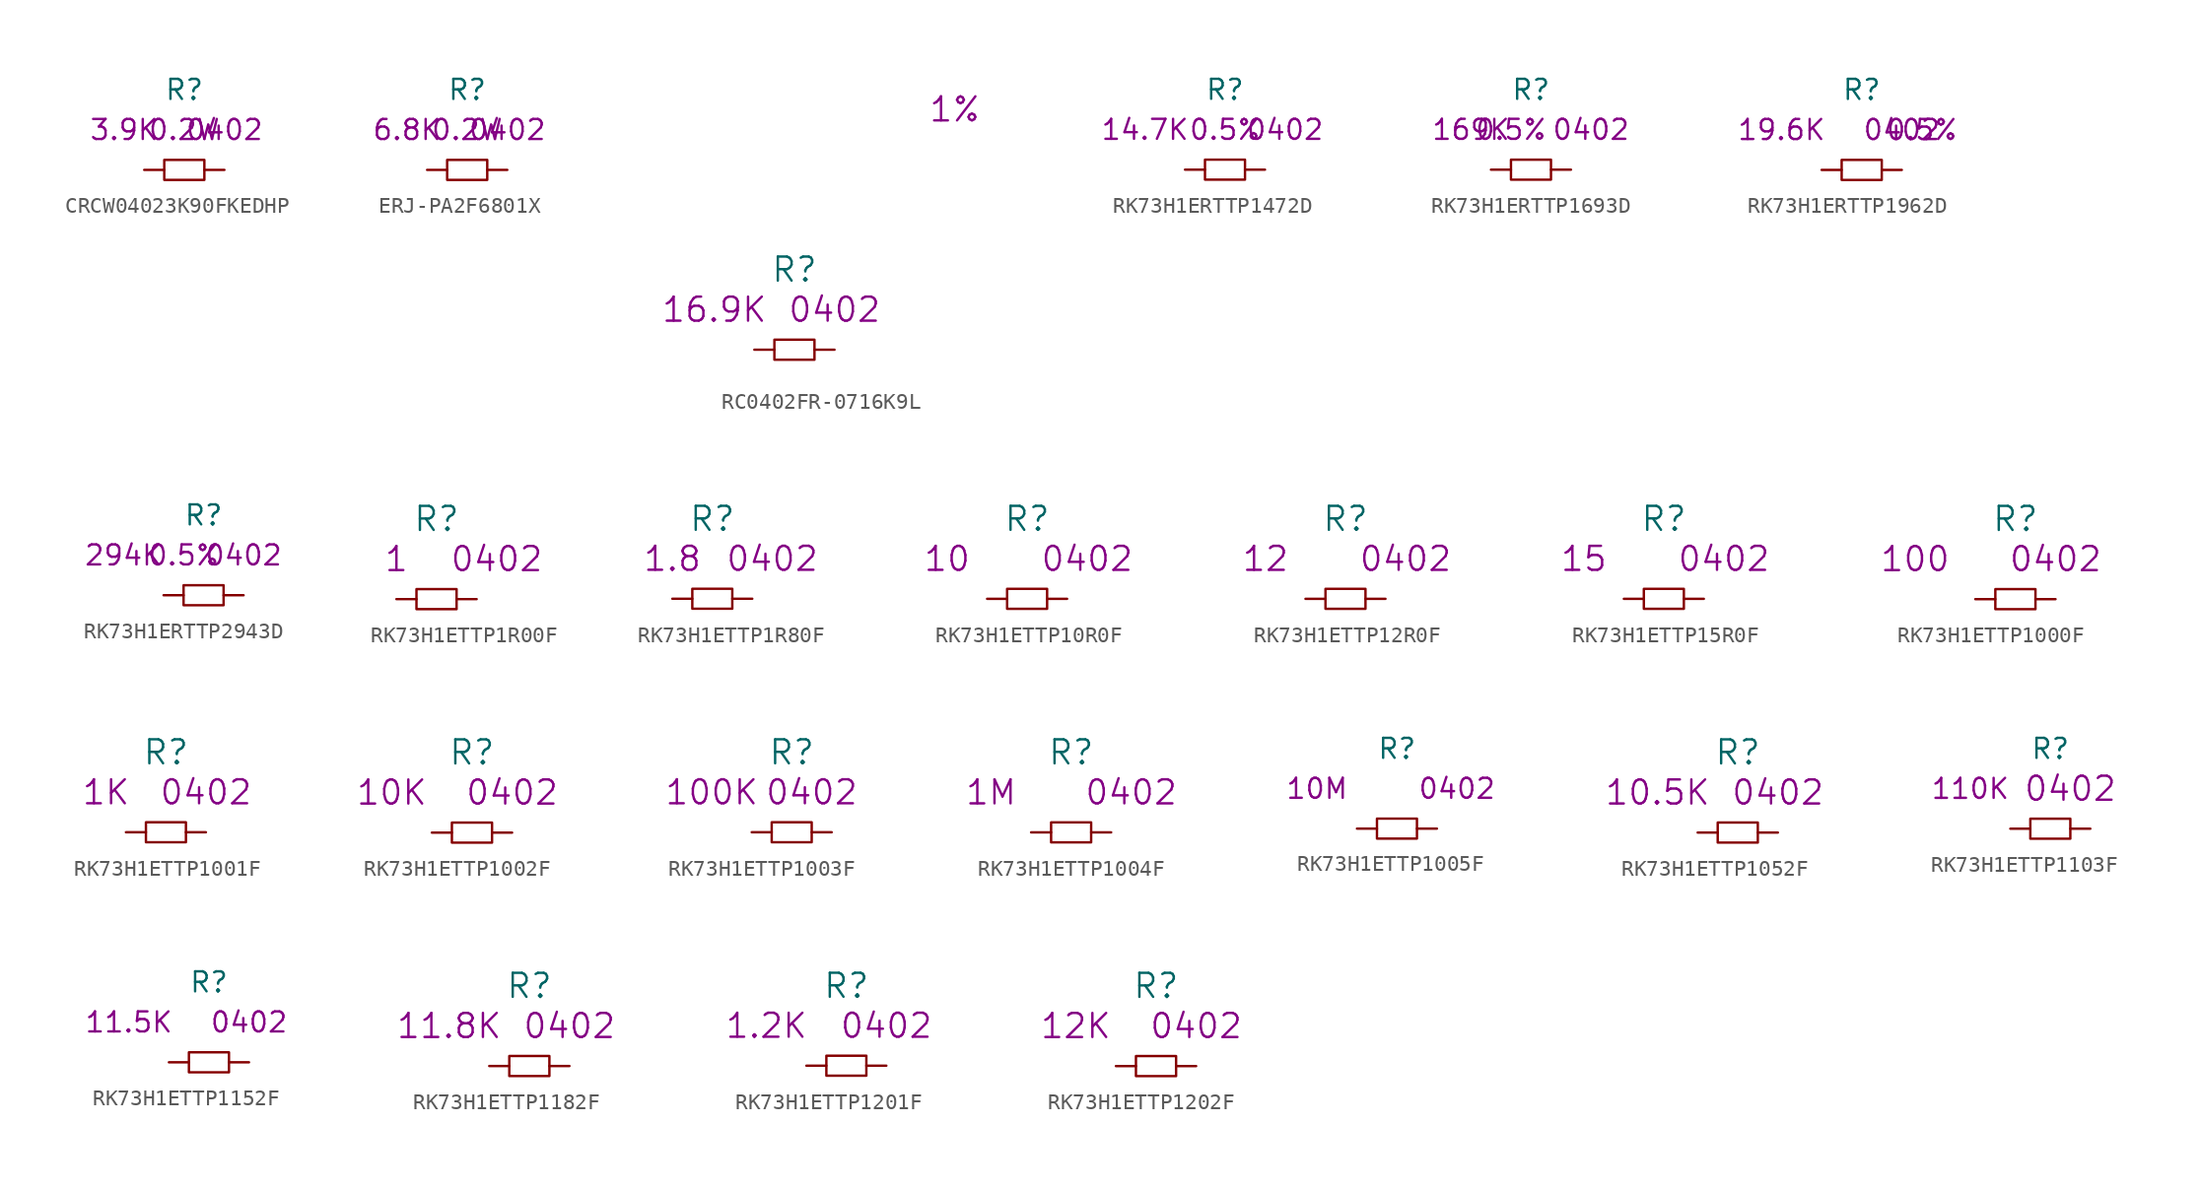
<source format=kicad_sym>
(kicad_symbol_lib
  (version 20220914)
  (generator kicad_symbol_editor)
  (symbol "CRCW04023K90FKEDHP"
    (pin_numbers hide)
    (pin_names
      (offset 1.016) hide)
    (property "Reference" "R"
      (at 0 5.08 0)
      (effects (font (size 1.27 1.27))))
    (property "Rating" "0.2W"
      (at 0 2.54 0)
      (effects (font (size 1.27 1.27))))
    (property "Size" "0402"
      (at 2.54 2.54 0)
      (effects (font (size 1.27 1.27))))
    (property "Value2" "3.9K"
      (at -3.81 2.54 0)
      (effects (font (size 1.27 1.27))))
    (symbol "CRCW04023K90FKEDHP_0_1"
      (rectangle (start -1.27 0.635) (end 1.27 -0.635) (stroke (width 0) (type solid)) (fill (type none))))
    (symbol "CRCW04023K90FKEDHP_1_1"
      (pin passive line (at -2.54 0 0) (length 1.27) (name "1" (effects (font (size 1.27 1.27)))) (number "1" (effects (font (size 1.27 1.27)))))
      (pin passive line (at 2.54 0 180) (length 1.27) (name "2" (effects (font (size 1.27 1.27)))) (number "2" (effects (font (size 1.27 1.27)))))))
  (symbol "ERJ-PA2F6801X"
    (pin_numbers hide)
    (pin_names
      (offset 1.016) hide)
    (property "Reference" "R"
      (at 0 5.08 0)
      (effects (font (size 1.27 1.27))))
    (property "Rating" "0.2W"
      (at 0 2.54 0)
      (effects (font (size 1.27 1.27))))
    (property "Size" "0402"
      (at 2.54 2.54 0)
      (effects (font (size 1.27 1.27))))
    (property "Value2" "6.8K"
      (at -3.81 2.54 0)
      (effects (font (size 1.27 1.27))))
    (symbol "ERJ-PA2F6801X_0_1"
      (rectangle (start -1.27 0.635) (end 1.27 -0.635) (stroke (width 0) (type solid)) (fill (type none))))
    (symbol "ERJ-PA2F6801X_1_1"
      (pin passive line (at -2.54 0 0) (length 1.27) (name "1" (effects (font (size 1.27 1.27)))) (number "1" (effects (font (size 1.27 1.27)))))
      (pin passive line (at 2.54 0 180) (length 1.27) (name "2" (effects (font (size 1.27 1.27)))) (number "2" (effects (font (size 1.27 1.27)))))))
  (symbol "RC0402FR-0716K9L"
    (pin_numbers hide)
    (pin_names
      (offset 1.016) hide)
    (property "Reference" "R"
      (at 0 5.08 0)
      (effects (font (size 1.524 1.524))))
    (property "Value2" "16.9K"
      (at -5.08 2.54 0)
      (effects (font (size 1.524 1.524))))
    (property "Size" "0402"
      (at 2.54 2.54 0)
      (effects (font (size 1.524 1.524))))
    (property "Tolerance" "1%"
      (at 10.16 15.24 0)
      (effects (font (size 1.524 1.524))))
    (symbol "RC0402FR-0716K9L_0_1"
      (rectangle (start -1.27 0.635) (end 1.27 -0.635) (stroke (width 0) (type solid)) (fill (type none))))
    (symbol "RC0402FR-0716K9L_1_1"
      (pin passive line (at -2.54 0 0) (length 1.27) (name "1" (effects (font (size 1.27 1.27)))) (number "1" (effects (font (size 1.27 1.27)))))
      (pin passive line (at 2.54 0 180) (length 1.27) (name "2" (effects (font (size 1.27 1.27)))) (number "2" (effects (font (size 1.27 1.27)))))))
  (symbol "RK73H1ERTTP1472D"
    (pin_numbers hide)
    (pin_names
      (offset 1.016) hide)
    (property "Reference" "R"
      (at 0 5.08 0)
      (effects (font (size 1.27 1.27))))
    (property "Value2" "14.7K"
      (at -5.08 2.54 0)
      (effects (font (size 1.27 1.27))))
    (property "Tolerance" "0.5%"
      (at 0 2.54 0)
      (effects (font (size 1.27 1.27))))
    (property "Size" "0402"
      (at 3.81 2.54 0)
      (effects (font (size 1.27 1.27))))
    (symbol "RK73H1ERTTP1472D_0_1"
      (rectangle (start -1.27 0.635) (end 1.27 -0.635) (stroke (width 0) (type solid)) (fill (type none))))
    (symbol "RK73H1ERTTP1472D_1_1"
      (pin passive line (at -2.54 0 0) (length 1.27) (name "1" (effects (font (size 1.27 1.27)))) (number "1" (effects (font (size 1.27 1.27)))))
      (pin passive line (at 2.54 0 180) (length 1.27) (name "2" (effects (font (size 1.27 1.27)))) (number "2" (effects (font (size 1.27 1.27)))))))
  (symbol "RK73H1ERTTP1693D"
    (pin_numbers hide)
    (pin_names
      (offset 1.016) hide)
    (property "Reference" "R"
      (at 0 5.08 0)
      (effects (font (size 1.27 1.27))))
    (property "Datasheet" ""
      (at 0 0 0)
      (effects (font (size 1.524 1.524))))
    (property "Value2" "169K"
      (at -3.81 2.54 0)
      (effects (font (size 1.27 1.27))))
    (property "Size" "0402"
      (at 3.81 2.54 0)
      (effects (font (size 1.27 1.27))))
    (property "Tolerance" "0.5%"
      (at -1.27 2.54 0)
      (effects (font (size 1.27 1.27))))
    (symbol "RK73H1ERTTP1693D_0_1"
      (rectangle (start -1.27 0.635) (end 1.27 -0.635) (stroke (width 0) (type solid)) (fill (type none))))
    (symbol "RK73H1ERTTP1693D_1_1"
      (pin passive line (at -2.54 0 0) (length 1.27) (name "1" (effects (font (size 1.27 1.27)))) (number "1" (effects (font (size 1.27 1.27)))))
      (pin passive line (at 2.54 0 180) (length 1.27) (name "2" (effects (font (size 1.27 1.27)))) (number "2" (effects (font (size 1.27 1.27)))))))
  (symbol "RK73H1ERTTP1962D"
    (pin_numbers hide)
    (pin_names
      (offset 1.016) hide)
    (property "Reference" "R"
      (at 0 5.08 0)
      (effects (font (size 1.27 1.27))))
    (property "Value2" "19.6K"
      (at -5.08 2.54 0)
      (effects (font (size 1.27 1.27))))
    (property "Tolerance" "0.5%"
      (at 3.81 2.54 0)
      (effects (font (size 1.27 1.27))))
    (property "Size" "0402"
      (at 2.54 2.54 0)
      (effects (font (size 1.27 1.27))))
    (symbol "RK73H1ERTTP1962D_0_1"
      (rectangle (start -1.27 0.635) (end 1.27 -0.635) (stroke (width 0) (type solid)) (fill (type none))))
    (symbol "RK73H1ERTTP1962D_1_1"
      (pin passive line (at -2.54 0 0) (length 1.27) (name "1" (effects (font (size 1.27 1.27)))) (number "1" (effects (font (size 1.27 1.27)))))
      (pin passive line (at 2.54 0 180) (length 1.27) (name "2" (effects (font (size 1.27 1.27)))) (number "2" (effects (font (size 1.27 1.27)))))))
  (symbol "RK73H1ERTTP2943D"
    (pin_numbers hide)
    (pin_names
      (offset 1.016) hide)
    (property "Reference" "R"
      (at 0 5.08 0)
      (effects (font (size 1.27 1.27))))
    (property "Value2" "294K"
      (at -5.08 2.54 0)
      (effects (font (size 1.27 1.27))))
    (property "Tolerance" "0.5%"
      (at -1.27 2.54 0)
      (effects (font (size 1.27 1.27))))
    (property "Size" "0402"
      (at 2.54 2.54 0)
      (effects (font (size 1.27 1.27))))
    (symbol "RK73H1ERTTP2943D_0_1"
      (rectangle (start -1.27 0.635) (end 1.27 -0.635) (stroke (width 0) (type solid)) (fill (type none))))
    (symbol "RK73H1ERTTP2943D_1_1"
      (pin passive line (at -2.54 0 0) (length 1.27) (name "1" (effects (font (size 1.27 1.27)))) (number "1" (effects (font (size 1.27 1.27)))))
      (pin passive line (at 2.54 0 180) (length 1.27) (name "2" (effects (font (size 1.27 1.27)))) (number "2" (effects (font (size 1.27 1.27)))))))
  (symbol "RK73H1ETTP1R00F"
    (pin_numbers hide)
    (pin_names
      (offset 1.016) hide)
    (property "Reference" "R"
      (at 0 5.08 0)
      (effects (font (size 1.524 1.524))))
    (property "Datasheet" ""
      (at 0 5.08 0)
      (effects (font (size 1.524 1.524))))
    (property "Size" "0402"
      (at 3.81 2.54 0)
      (effects (font (size 1.524 1.524))))
    (property "Value2" "1"
      (at -2.54 2.54 0)
      (effects (font (size 1.524 1.524))))
    (symbol "RK73H1ETTP1R00F_0_1"
      (rectangle (start -1.27 0.635) (end 1.27 -0.635) (stroke (width 0) (type solid)) (fill (type none))))
    (symbol "RK73H1ETTP1R00F_1_1"
      (pin passive line (at -2.54 0 0) (length 1.27) (name "1" (effects (font (size 1.27 1.27)))) (number "1" (effects (font (size 1.27 1.27)))))
      (pin passive line (at 2.54 0 180) (length 1.27) (name "2" (effects (font (size 1.27 1.27)))) (number "2" (effects (font (size 1.27 1.27)))))))
  (symbol "RK73H1ETTP1R80F"
    (pin_numbers hide)
    (pin_names
      (offset 1.016) hide)
    (property "Reference" "R"
      (at 0 5.08 0)
      (effects (font (size 1.524 1.524))))
    (property "Datasheet" ""
      (at 0 5.08 0)
      (effects (font (size 1.524 1.524))))
    (property "Size" "0402"
      (at 3.81 2.54 0)
      (effects (font (size 1.524 1.524))))
    (property "Value2" "1.8"
      (at -2.54 2.54 0)
      (effects (font (size 1.524 1.524))))
    (symbol "RK73H1ETTP1R80F_0_1"
      (rectangle (start -1.27 0.635) (end 1.27 -0.635) (stroke (width 0) (type solid)) (fill (type none))))
    (symbol "RK73H1ETTP1R80F_1_1"
      (pin passive line (at -2.54 0 0) (length 1.27) (name "1" (effects (font (size 1.27 1.27)))) (number "1" (effects (font (size 1.27 1.27)))))
      (pin passive line (at 2.54 0 180) (length 1.27) (name "2" (effects (font (size 1.27 1.27)))) (number "2" (effects (font (size 1.27 1.27)))))))
  (symbol "RK73H1ETTP10R0F"
    (pin_numbers hide)
    (pin_names
      (offset 1.016) hide)
    (property "Reference" "R"
      (at 0 5.08 0)
      (effects (font (size 1.524 1.524))))
    (property "Datasheet" ""
      (at 0 5.08 0)
      (effects (font (size 1.524 1.524))))
    (property "Value2" "10"
      (at -5.08 2.54 0)
      (effects (font (size 1.524 1.524))))
    (property "Size" "0402"
      (at 3.81 2.54 0)
      (effects (font (size 1.524 1.524))))
    (symbol "RK73H1ETTP10R0F_0_1"
      (rectangle (start -1.27 0.635) (end 1.27 -0.635) (stroke (width 0) (type solid)) (fill (type none))))
    (symbol "RK73H1ETTP10R0F_1_1"
      (pin passive line (at -2.54 0 0) (length 1.27) (name "1" (effects (font (size 1.27 1.27)))) (number "1" (effects (font (size 1.27 1.27)))))
      (pin passive line (at 2.54 0 180) (length 1.27) (name "2" (effects (font (size 1.27 1.27)))) (number "2" (effects (font (size 1.27 1.27)))))))
  (symbol "RK73H1ETTP12R0F"
    (pin_numbers hide)
    (pin_names
      (offset 1.016) hide)
    (property "Reference" "R"
      (at 0 5.08 0)
      (effects (font (size 1.524 1.524))))
    (property "Datasheet" ""
      (at 0 5.08 0)
      (effects (font (size 1.524 1.524))))
    (property "Value2" "12"
      (at -5.08 2.54 0)
      (effects (font (size 1.524 1.524))))
    (property "Size" "0402"
      (at 3.81 2.54 0)
      (effects (font (size 1.524 1.524))))
    (symbol "RK73H1ETTP12R0F_0_1"
      (rectangle (start -1.27 0.635) (end 1.27 -0.635) (stroke (width 0) (type solid)) (fill (type none))))
    (symbol "RK73H1ETTP12R0F_1_1"
      (pin passive line (at -2.54 0 0) (length 1.27) (name "1" (effects (font (size 1.27 1.27)))) (number "1" (effects (font (size 1.27 1.27)))))
      (pin passive line (at 2.54 0 180) (length 1.27) (name "2" (effects (font (size 1.27 1.27)))) (number "2" (effects (font (size 1.27 1.27)))))))
  (symbol "RK73H1ETTP15R0F"
    (pin_numbers hide)
    (pin_names
      (offset 1.016) hide)
    (property "Reference" "R"
      (at 0 5.08 0)
      (effects (font (size 1.524 1.524))))
    (property "Datasheet" ""
      (at 0 5.08 0)
      (effects (font (size 1.524 1.524))))
    (property "Value2" "15"
      (at -5.08 2.54 0)
      (effects (font (size 1.524 1.524))))
    (property "Size" "0402"
      (at 3.81 2.54 0)
      (effects (font (size 1.524 1.524))))
    (symbol "RK73H1ETTP15R0F_0_1"
      (rectangle (start -1.27 0.635) (end 1.27 -0.635) (stroke (width 0) (type solid)) (fill (type none))))
    (symbol "RK73H1ETTP15R0F_1_1"
      (pin passive line (at -2.54 0 0) (length 1.27) (name "1" (effects (font (size 1.27 1.27)))) (number "1" (effects (font (size 1.27 1.27)))))
      (pin passive line (at 2.54 0 180) (length 1.27) (name "2" (effects (font (size 1.27 1.27)))) (number "2" (effects (font (size 1.27 1.27)))))))
  (symbol "RK73H1ETTP1000F"
    (pin_numbers hide)
    (pin_names
      (offset 1.016) hide)
    (property "Reference" "R"
      (at 0 5.08 0)
      (effects (font (size 1.524 1.524))))
    (property "Datasheet" ""
      (at 0 5.08 0)
      (effects (font (size 1.524 1.524))))
    (property "Value2" "100"
      (at -6.35 2.54 0)
      (effects (font (size 1.524 1.524))))
    (property "Size" "0402"
      (at 2.54 2.54 0)
      (effects (font (size 1.524 1.524))))
    (symbol "RK73H1ETTP1000F_0_1"
      (rectangle (start -1.27 0.635) (end 1.27 -0.635) (stroke (width 0) (type solid)) (fill (type none))))
    (symbol "RK73H1ETTP1000F_1_1"
      (pin passive line (at -2.54 0 0) (length 1.27) (name "1" (effects (font (size 1.27 1.27)))) (number "1" (effects (font (size 1.27 1.27)))))
      (pin passive line (at 2.54 0 180) (length 1.27) (name "2" (effects (font (size 1.27 1.27)))) (number "2" (effects (font (size 1.27 1.27)))))))
  (symbol "RK73H1ETTP1001F"
    (pin_numbers hide)
    (pin_names
      (offset 1.016) hide)
    (property "Reference" "R"
      (at 0 5.08 0)
      (effects (font (size 1.524 1.524))))
    (property "Datasheet" ""
      (at 0 5.08 0)
      (effects (font (size 1.524 1.524))))
    (property "Value2" "1K"
      (at -3.81 2.54 0)
      (effects (font (size 1.524 1.524))))
    (property "Size" "0402"
      (at 2.54 2.54 0)
      (effects (font (size 1.524 1.524))))
    (symbol "RK73H1ETTP1001F_0_1"
      (rectangle (start -1.27 0.635) (end 1.27 -0.635) (stroke (width 0) (type solid)) (fill (type none))))
    (symbol "RK73H1ETTP1001F_1_1"
      (pin passive line (at -2.54 0 0) (length 1.27) (name "1" (effects (font (size 1.27 1.27)))) (number "1" (effects (font (size 1.27 1.27)))))
      (pin passive line (at 2.54 0 180) (length 1.27) (name "2" (effects (font (size 1.27 1.27)))) (number "2" (effects (font (size 1.27 1.27)))))))
  (symbol "RK73H1ETTP1002F"
    (pin_numbers hide)
    (pin_names
      (offset 1.016) hide)
    (property "Reference" "R"
      (at 0 5.08 0)
      (effects (font (size 1.524 1.524))))
    (property "Datasheet" ""
      (at 0 5.08 0)
      (effects (font (size 1.524 1.524))))
    (property "Value2" "10K"
      (at -5.08 2.54 0)
      (effects (font (size 1.524 1.524))))
    (property "Size" "0402"
      (at 2.54 2.54 0)
      (effects (font (size 1.524 1.524))))
    (symbol "RK73H1ETTP1002F_0_1"
      (rectangle (start -1.27 0.635) (end 1.27 -0.635) (stroke (width 0) (type solid)) (fill (type none))))
    (symbol "RK73H1ETTP1002F_1_1"
      (pin passive line (at -2.54 0 0) (length 1.27) (name "1" (effects (font (size 1.27 1.27)))) (number "1" (effects (font (size 1.27 1.27)))))
      (pin passive line (at 2.54 0 180) (length 1.27) (name "2" (effects (font (size 1.27 1.27)))) (number "2" (effects (font (size 1.27 1.27)))))))
  (symbol "RK73H1ETTP1003F"
    (pin_numbers hide)
    (pin_names
      (offset 1.016) hide)
    (property "Reference" "R"
      (at 0 5.08 0)
      (effects (font (size 1.524 1.524))))
    (property "Datasheet" ""
      (at 0 0 0)
      (effects (font (size 1.524 1.524))))
    (property "Value2" "100K"
      (at -5.08 2.54 0)
      (effects (font (size 1.524 1.524))))
    (property "Size" "0402"
      (at 1.27 2.54 0)
      (effects (font (size 1.524 1.524))))
    (symbol "RK73H1ETTP1003F_0_1"
      (rectangle (start -1.27 0.635) (end 1.27 -0.635) (stroke (width 0) (type solid)) (fill (type none))))
    (symbol "RK73H1ETTP1003F_1_1"
      (pin passive line (at -2.54 0 0) (length 1.27) (name "1" (effects (font (size 1.27 1.27)))) (number "1" (effects (font (size 1.27 1.27)))))
      (pin passive line (at 2.54 0 180) (length 1.27) (name "2" (effects (font (size 1.27 1.27)))) (number "2" (effects (font (size 1.27 1.27)))))))
  (symbol "RK73H1ETTP1004F"
    (pin_numbers hide)
    (pin_names
      (offset 1.016) hide)
    (property "Reference" "R"
      (at 0 5.08 0)
      (effects (font (size 1.524 1.524))))
    (property "Datasheet" ""
      (at 0 5.08 0)
      (effects (font (size 1.524 1.524))))
    (property "Value2" "1M"
      (at -5.08 2.54 0)
      (effects (font (size 1.524 1.524))))
    (property "Size" "0402"
      (at 3.81 2.54 0)
      (effects (font (size 1.524 1.524))))
    (symbol "RK73H1ETTP1004F_0_1"
      (rectangle (start -1.27 0.635) (end 1.27 -0.635) (stroke (width 0) (type solid)) (fill (type none))))
    (symbol "RK73H1ETTP1004F_1_1"
      (pin passive line (at -2.54 0 0) (length 1.27) (name "1" (effects (font (size 1.27 1.27)))) (number "1" (effects (font (size 1.27 1.27)))))
      (pin passive line (at 2.54 0 180) (length 1.27) (name "2" (effects (font (size 1.27 1.27)))) (number "2" (effects (font (size 1.27 1.27)))))))
  (symbol "RK73H1ETTP1005F"
    (pin_numbers hide)
    (pin_names
      (offset 1.016) hide)
    (property "Reference" "R"
      (at 0 5.08 0)
      (effects (font (size 1.27 1.27))))
    (property "Datasheet" ""
      (at 0 5.08 0)
      (effects (font (size 1.524 1.524))))
    (property "Value2" "10M"
      (at -5.08 2.54 0)
      (effects (font (size 1.27 1.27))))
    (property "Size" "0402"
      (at 3.81 2.54 0)
      (effects (font (size 1.27 1.27))))
    (symbol "RK73H1ETTP1005F_0_1"
      (rectangle (start -1.27 0.635) (end 1.27 -0.635) (stroke (width 0) (type solid)) (fill (type none))))
    (symbol "RK73H1ETTP1005F_1_1"
      (pin passive line (at -2.54 0 0) (length 1.27) (name "1" (effects (font (size 1.27 1.27)))) (number "1" (effects (font (size 1.27 1.27)))))
      (pin passive line (at 2.54 0 180) (length 1.27) (name "2" (effects (font (size 1.27 1.27)))) (number "2" (effects (font (size 1.27 1.27)))))))
  (symbol "RK73H1ETTP1052F"
    (pin_numbers hide)
    (pin_names
      (offset 1.016) hide)
    (property "Reference" "R"
      (at 0 5.08 0)
      (effects (font (size 1.524 1.524))))
    (property "Datasheet" ""
      (at 0 5.08 0)
      (effects (font (size 1.524 1.524))))
    (property "Value2" "10.5K"
      (at -5.08 2.54 0)
      (effects (font (size 1.524 1.524))))
    (property "Size" "0402"
      (at 2.54 2.54 0)
      (effects (font (size 1.524 1.524))))
    (symbol "RK73H1ETTP1052F_0_1"
      (rectangle (start -1.27 0.635) (end 1.27 -0.635) (stroke (width 0) (type solid)) (fill (type none))))
    (symbol "RK73H1ETTP1052F_1_1"
      (pin passive line (at -2.54 0 0) (length 1.27) (name "1" (effects (font (size 1.27 1.27)))) (number "1" (effects (font (size 1.27 1.27)))))
      (pin passive line (at 2.54 0 180) (length 1.27) (name "2" (effects (font (size 1.27 1.27)))) (number "2" (effects (font (size 1.27 1.27)))))))
  (symbol "RK73H1ETTP1103F"
    (pin_numbers hide)
    (pin_names
      (offset 1.016) hide)
    (property "Reference" "R"
      (at 0 5.08 0)
      (effects (font (size 1.27 1.27))))
    (property "Datasheet" ""
      (at 0 0 0)
      (effects (font (size 1.524 1.524))))
    (property "Value2" "110K"
      (at -5.08 2.54 0)
      (effects (font (size 1.27 1.27))))
    (property "Size" "0402"
      (at 1.27 2.54 0)
      (effects (font (size 1.524 1.524))))
    (symbol "RK73H1ETTP1103F_0_1"
      (rectangle (start -1.27 0.635) (end 1.27 -0.635) (stroke (width 0) (type solid)) (fill (type none))))
    (symbol "RK73H1ETTP1103F_1_1"
      (pin passive line (at -2.54 0 0) (length 1.27) (name "1" (effects (font (size 1.27 1.27)))) (number "1" (effects (font (size 1.27 1.27)))))
      (pin passive line (at 2.54 0 180) (length 1.27) (name "2" (effects (font (size 1.27 1.27)))) (number "2" (effects (font (size 1.27 1.27)))))))
  (symbol "RK73H1ETTP1152F"
    (pin_numbers hide)
    (pin_names
      (offset 1.016) hide)
    (property "Reference" "R"
      (at 0 5.08 0)
      (effects (font (size 1.27 1.27))))
    (property "Datasheet" ""
      (at 0 5.08 0)
      (effects (font (size 1.524 1.524))))
    (property "Value2" "11.5K"
      (at -5.08 2.54 0)
      (effects (font (size 1.27 1.27))))
    (property "Size" "0402"
      (at 2.54 2.54 0)
      (effects (font (size 1.27 1.27))))
    (symbol "RK73H1ETTP1152F_0_1"
      (rectangle (start -1.27 0.635) (end 1.27 -0.635) (stroke (width 0) (type solid)) (fill (type none))))
    (symbol "RK73H1ETTP1152F_1_1"
      (pin passive line (at -2.54 0 0) (length 1.27) (name "1" (effects (font (size 1.27 1.27)))) (number "1" (effects (font (size 1.27 1.27)))))
      (pin passive line (at 2.54 0 180) (length 1.27) (name "2" (effects (font (size 1.27 1.27)))) (number "2" (effects (font (size 1.27 1.27)))))))
  (symbol "RK73H1ETTP1182F"
    (pin_numbers hide)
    (pin_names
      (offset 1.016) hide)
    (property "Reference" "R"
      (at 0 5.08 0)
      (effects (font (size 1.524 1.524))))
    (property "Datasheet" ""
      (at 0 5.08 0)
      (effects (font (size 1.524 1.524))))
    (property "Value2" "11.8K"
      (at -5.08 2.54 0)
      (effects (font (size 1.524 1.524))))
    (property "Size" "0402"
      (at 2.54 2.54 0)
      (effects (font (size 1.524 1.524))))
    (symbol "RK73H1ETTP1182F_0_1"
      (rectangle (start -1.27 0.635) (end 1.27 -0.635) (stroke (width 0) (type solid)) (fill (type none))))
    (symbol "RK73H1ETTP1182F_1_1"
      (pin passive line (at -2.54 0 0) (length 1.27) (name "1" (effects (font (size 1.27 1.27)))) (number "1" (effects (font (size 1.27 1.27)))))
      (pin passive line (at 2.54 0 180) (length 1.27) (name "2" (effects (font (size 1.27 1.27)))) (number "2" (effects (font (size 1.27 1.27)))))))
  (symbol "RK73H1ETTP1201F"
    (pin_numbers hide)
    (pin_names
      (offset 1.016) hide)
    (property "Reference" "R"
      (at 0 5.08 0)
      (effects (font (size 1.524 1.524))))
    (property "Datasheet" ""
      (at 0 5.08 0)
      (effects (font (size 1.524 1.524))))
    (property "Size" "0402"
      (at 2.54 2.54 0)
      (effects (font (size 1.524 1.524))))
    (property "Value2" "1.2K"
      (at -5.08 2.54 0)
      (effects (font (size 1.524 1.524))))
    (symbol "RK73H1ETTP1201F_0_1"
      (rectangle (start -1.27 0.635) (end 1.27 -0.635) (stroke (width 0) (type solid)) (fill (type none))))
    (symbol "RK73H1ETTP1201F_1_1"
      (pin passive line (at -2.54 0 0) (length 1.27) (name "1" (effects (font (size 1.27 1.27)))) (number "1" (effects (font (size 1.27 1.27)))))
      (pin passive line (at 2.54 0 180) (length 1.27) (name "2" (effects (font (size 1.27 1.27)))) (number "2" (effects (font (size 1.27 1.27)))))))
  (symbol "RK73H1ETTP1202F"
    (pin_numbers hide)
    (pin_names
      (offset 1.016) hide)
    (property "Reference" "R"
      (at 0 5.08 0)
      (effects (font (size 1.524 1.524))))
    (property "Datasheet" ""
      (at 0 5.08 0)
      (effects (font (size 1.524 1.524))))
    (property "Size" "0402"
      (at 2.54 2.54 0)
      (effects (font (size 1.524 1.524))))
    (property "Value2" "12K"
      (at -5.08 2.54 0)
      (effects (font (size 1.524 1.524))))
    (symbol "RK73H1ETTP1202F_0_1"
      (rectangle (start -1.27 0.635) (end 1.27 -0.635) (stroke (width 0) (type solid)) (fill (type none))))
    (symbol "RK73H1ETTP1202F_1_1"
      (pin passive line (at -2.54 0 0) (length 1.27) (name "1" (effects (font (size 1.27 1.27)))) (number "1" (effects (font (size 1.27 1.27)))))
      (pin passive line (at 2.54 0 180) (length 1.27) (name "2" (effects (font (size 1.27 1.27)))) (number "2" (effects (font (size 1.27 1.27))))))))
</source>
